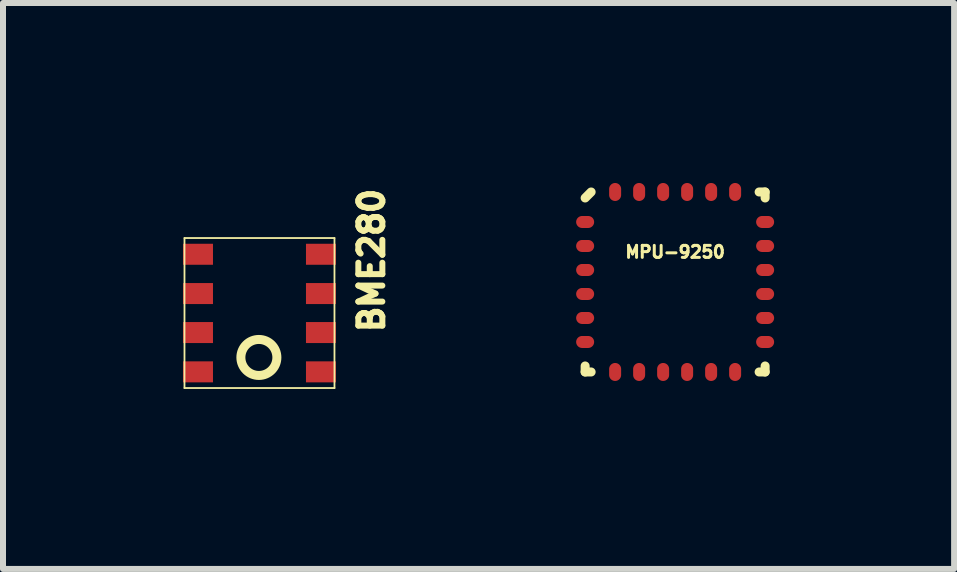
<source format=kicad_pcb>
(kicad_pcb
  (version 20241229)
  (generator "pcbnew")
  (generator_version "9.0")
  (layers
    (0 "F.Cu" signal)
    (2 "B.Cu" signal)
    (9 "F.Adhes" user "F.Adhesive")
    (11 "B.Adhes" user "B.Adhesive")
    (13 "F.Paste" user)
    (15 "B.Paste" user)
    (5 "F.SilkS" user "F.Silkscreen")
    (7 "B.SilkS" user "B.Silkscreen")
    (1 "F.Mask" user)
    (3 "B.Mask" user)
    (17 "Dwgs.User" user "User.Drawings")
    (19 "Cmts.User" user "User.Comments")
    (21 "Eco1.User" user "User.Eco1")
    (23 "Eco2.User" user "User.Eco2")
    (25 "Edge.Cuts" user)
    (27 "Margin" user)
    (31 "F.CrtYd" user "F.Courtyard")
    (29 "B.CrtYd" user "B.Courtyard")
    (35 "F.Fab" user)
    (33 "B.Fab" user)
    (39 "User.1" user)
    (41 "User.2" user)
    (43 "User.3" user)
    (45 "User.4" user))
  (footprint "MPU-9250"
    (layer "F.Cu")
    (at 8.203 1.65)
    (property "Reference" "MPU-9250" (at 0 -0.5 0) (layer "F.SilkS") (effects (font (size 0.2 0.2) (thickness 0.05))))
    (attr through_hole)
    (fp_line (start -1.5 -1.4) (end -1.4 -1.5) (stroke (width 0.15) (type solid)) (layer "F.SilkS"))
    (fp_line (start -1.5 1.5) (end -1.5 1.4) (stroke (width 0.15) (type solid)) (layer "F.SilkS"))
    (fp_line (start -1.4 1.5) (end -1.5 1.5) (stroke (width 0.15) (type solid)) (layer "F.SilkS"))
    (fp_line (start 1.4 -1.5) (end 1.5 -1.5) (stroke (width 0.15) (type solid)) (layer "F.SilkS"))
    (fp_line (start 1.4 1.5) (end 1.5 1.5) (stroke (width 0.15) (type solid)) (layer "F.SilkS"))
    (fp_line (start 1.5 -1.5) (end 1.5 -1.4) (stroke (width 0.15) (type solid)) (layer "F.SilkS"))
    (fp_line (start 1.5 1.5) (end 1.5 1.4) (stroke (width 0.15) (type solid)) (layer "F.SilkS"))
    (pad "1" smd oval (at -1.5 -1 90) (size 0.2 0.3) (layers "F.Cu" "F.Mask" "F.Paste"))
    (pad "2" smd oval (at -1.5 -0.6 90) (size 0.2 0.3) (layers "F.Cu" "F.Mask" "F.Paste"))
    (pad "3" smd oval (at -1.5 -0.2 90) (size 0.2 0.3) (layers "F.Cu" "F.Mask" "F.Paste"))
    (pad "4" smd oval (at -1.5 0.2 90) (size 0.2 0.3) (layers "F.Cu" "F.Mask" "F.Paste"))
    (pad "5" smd oval (at -1.5 0.6 90) (size 0.2 0.3) (layers "F.Cu" "F.Mask" "F.Paste"))
    (pad "6" smd oval (at -1.5 1 90) (size 0.2 0.3) (layers "F.Cu" "F.Mask" "F.Paste"))
    (pad "7" smd oval (at -1 1.5) (size 0.2 0.3) (layers "F.Cu" "F.Mask" "F.Paste"))
    (pad "8" smd oval (at -0.6 1.5) (size 0.2 0.3) (layers "F.Cu" "F.Mask" "F.Paste"))
    (pad "9" smd oval (at -0.2 1.5) (size 0.2 0.3) (layers "F.Cu" "F.Mask" "F.Paste"))
    (pad "10" smd oval (at 0.2 1.5) (size 0.2 0.3) (layers "F.Cu" "F.Mask" "F.Paste"))
    (pad "11" smd oval (at 0.6 1.5) (size 0.2 0.3) (layers "F.Cu" "F.Mask" "F.Paste"))
    (pad "12" smd oval (at 1 1.5) (size 0.2 0.3) (layers "F.Cu" "F.Mask" "F.Paste"))
    (pad "13" smd oval (at 1.5 1 90) (size 0.2 0.3) (layers "F.Cu" "F.Mask" "F.Paste"))
    (pad "14" smd oval (at 1.5 0.6 90) (size 0.2 0.3) (layers "F.Cu" "F.Mask" "F.Paste"))
    (pad "15" smd oval (at 1.5 0.2 90) (size 0.2 0.3) (layers "F.Cu" "F.Mask" "F.Paste"))
    (pad "16" smd oval (at 1.5 -0.2 90) (size 0.2 0.3) (layers "F.Cu" "F.Mask" "F.Paste"))
    (pad "17" smd oval (at 1.5 -0.6 90) (size 0.2 0.3) (layers "F.Cu" "F.Mask" "F.Paste"))
    (pad "18" smd oval (at 1.5 -1 90) (size 0.2 0.3) (layers "F.Cu" "F.Mask" "F.Paste"))
    (pad "19" smd oval (at 1 -1.5) (size 0.2 0.3) (layers "F.Cu" "F.Mask" "F.Paste"))
    (pad "20" smd oval (at 0.6 -1.5) (size 0.2 0.3) (layers "F.Cu" "F.Mask" "F.Paste"))
    (pad "21" smd oval (at 0.2 -1.5) (size 0.2 0.3) (layers "F.Cu" "F.Mask" "F.Paste"))
    (pad "22" smd oval (at -0.2 -1.5) (size 0.2 0.3) (layers "F.Cu" "F.Mask" "F.Paste"))
    (pad "23" smd oval (at -0.6 -1.5) (size 0.2 0.3) (layers "F.Cu" "F.Mask" "F.Paste"))
    (pad "24" smd oval (at -1 -1.5) (size 0.2 0.3) (layers "F.Cu" "F.Mask" "F.Paste")))
  (footprint "BME280"
    (layer "F.Cu")
    (at 1.275 2.168)
    (property "Reference" "BME280" (at 1.868 -0.877 90) (layer "F.SilkS") (effects (font (size 0.4 0.4) (thickness 0.1))))
    (attr through_hole)
    (fp_line (start -1.25 -1.25) (end 1.25 -1.25) (stroke (width 0.03) (type solid)) (layer "F.SilkS"))
    (fp_line (start -1.25 1.25) (end -1.25 -1.25) (stroke (width 0.03) (type solid)) (layer "F.SilkS"))
    (fp_line (start 1.25 -1.25) (end 1.25 1.25) (stroke (width 0.03) (type solid)) (layer "F.SilkS"))
    (fp_line (start 1.25 1.25) (end -1.25 1.25) (stroke (width 0.03) (type solid)) (layer "F.SilkS"))
    (fp_circle (center -0.01 0.74) (end -0.01 1.04) (stroke (width 0.15) (type solid)) (fill no) (layer "F.SilkS"))
    (pad "1" smd rect (at 1.025 -0.98) (size 0.5 0.35) (layers "F.Cu" "F.Mask" "F.Paste"))
    (pad "2" smd rect (at 1.025 -0.325) (size 0.5 0.35) (layers "F.Cu" "F.Mask" "F.Paste"))
    (pad "3" smd rect (at 1.025 0.325) (size 0.5 0.35) (layers "F.Cu" "F.Mask" "F.Paste"))
    (pad "4" smd rect (at 1.025 0.98) (size 0.5 0.35) (layers "F.Cu" "F.Mask" "F.Paste"))
    (pad "5" smd rect (at -1.025 0.98) (size 0.5 0.35) (layers "F.Cu" "F.Mask" "F.Paste"))
    (pad "6" smd rect (at -1.025 0.325) (size 0.5 0.35) (layers "F.Cu" "F.Mask" "F.Paste"))
    (pad "7" smd rect (at -1.025 -0.325) (size 0.5 0.35) (layers "F.Cu" "F.Mask" "F.Paste"))
    (pad "8" smd rect (at -1.025 -0.98) (size 0.5 0.35) (layers "F.Cu" "F.Mask" "F.Paste")))
  (gr_rect
    (start -3 -3)
    (end 12.853 6.433)
    (stroke (width 0.1) (type default))
    (fill no)
    (layer "Edge.Cuts")))
</source>
